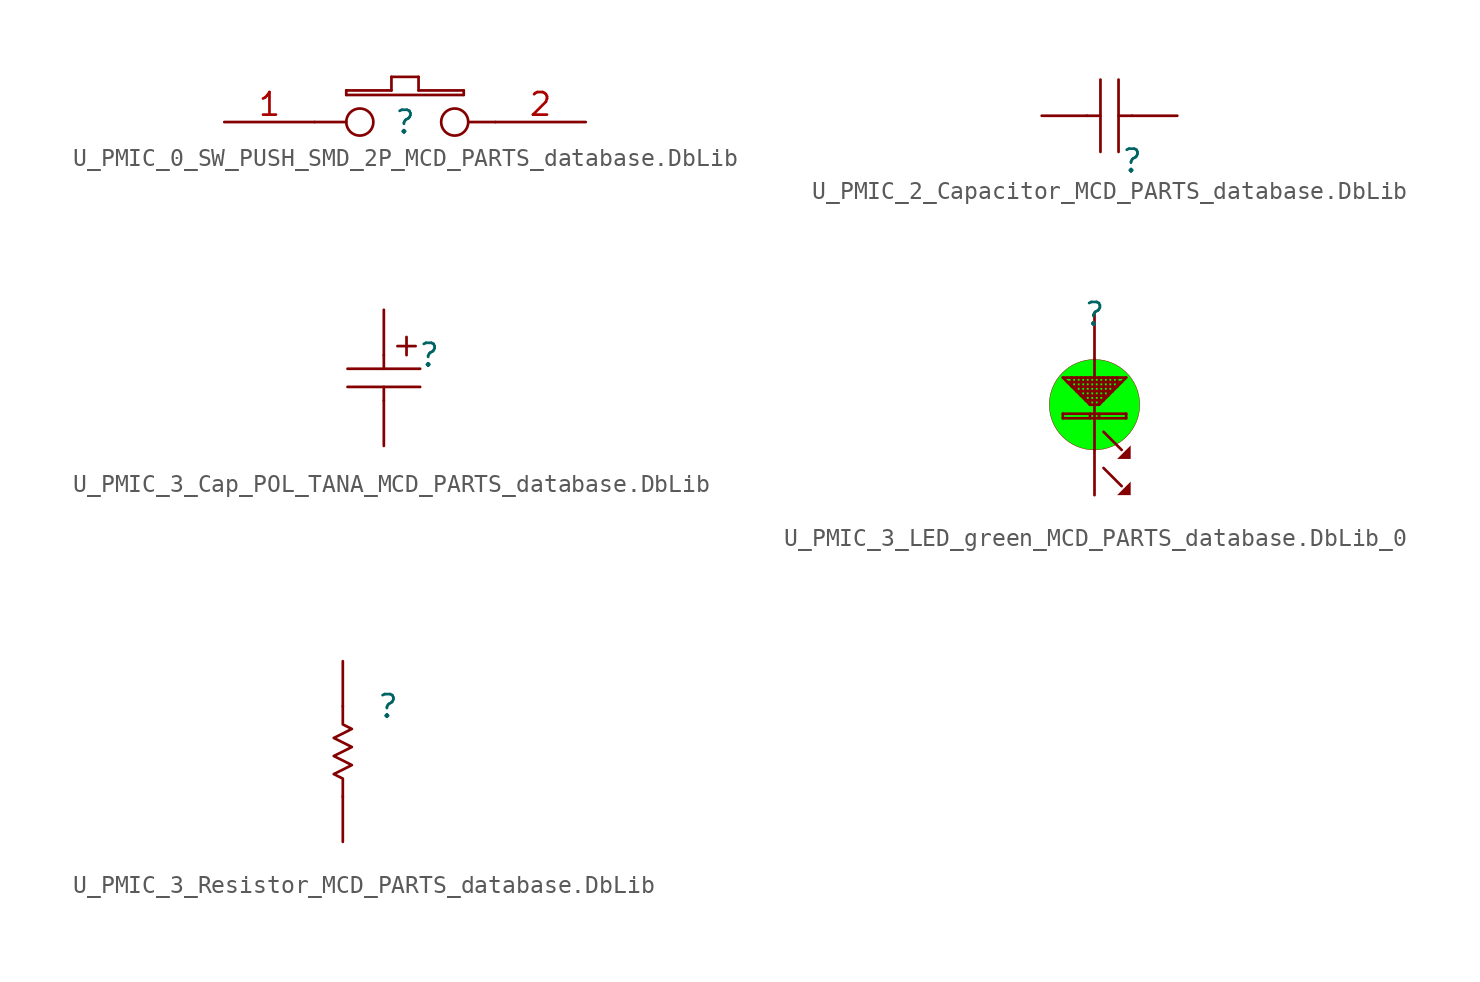
<source format=kicad_sym>
(kicad_symbol_lib
  (version 20241209)
  (generator "kicad_symbol_editor")
  (generator_version "9.0")
  (symbol "U_PMIC_0_SW_PUSH_SMD_2P_MCD_PARTS_database.DbLib"
    (pin_names
      (hide yes))
    (property "Reference" ""
      (at 0 0 0)
      (effects (font (size 1.27 1.27))))
    (property "Value" ""
      (at 0 0 0)
      (effects (font (size 1.27 1.27))))
    (symbol "U_PMIC_0_SW_PUSH_SMD_2P_MCD_PARTS_database.DbLib_1_0"
      (polyline (pts (xy -3.302 1.778) (xy -3.302 1.524)) (stroke (width 0) (type solid)) (fill (type none)))
      (polyline (pts (xy -3.302 1.524) (xy 3.302 1.524)) (stroke (width 0) (type solid)) (fill (type none)))
      (polyline (pts (xy -3.302 0) (xy -5.08 0)) (stroke (width 0) (type solid)) (fill (type none)))
      (circle (center -2.54 0) (radius 0.762) (stroke (width 0) (type solid)) (fill (type none)))
      (polyline (pts (xy -0.762 2.54) (xy -0.762 1.778)) (stroke (width 0) (type solid)) (fill (type none)))
      (polyline (pts (xy -0.762 1.778) (xy -3.302 1.778)) (stroke (width 0) (type solid)) (fill (type none)))
      (polyline (pts (xy 0.762 2.54) (xy -0.762 2.54)) (stroke (width 0) (type solid)) (fill (type none)))
      (polyline (pts (xy 0.762 1.778) (xy 0.762 2.54)) (stroke (width 0) (type solid)) (fill (type none)))
      (circle (center 2.794 0) (radius 0.762) (stroke (width 0) (type solid)) (fill (type none)))
      (polyline (pts (xy 3.302 1.778) (xy 0.762 1.778)) (stroke (width 0) (type solid)) (fill (type none)))
      (polyline (pts (xy 3.302 1.524) (xy 3.302 1.778)) (stroke (width 0) (type solid)) (fill (type none)))
      (polyline (pts (xy 3.556 0) (xy 5.08 0)) (stroke (width 0) (type solid)) (fill (type none)))
      (pin passive line (at -10.16 0 0) (length 5.08) (name "1" (effects (font (size 1.27 1.27)))) (number "1" (effects (font (size 1.27 1.27)))))
      (pin passive line (at 10.16 0 180) (length 5.08) (name "2" (effects (font (size 1.27 1.27)))) (number "2" (effects (font (size 1.27 1.27)))))))
  (symbol "U_PMIC_2_Capacitor_MCD_PARTS_database.DbLib"
    (pin_numbers
      (hide yes))
    (pin_names
      (hide yes))
    (property "Reference" ""
      (at 0 0 0)
      (effects (font (size 1.27 1.27))))
    (property "Value" ""
      (at 0 0 0)
      (effects (font (size 1.27 1.27))))
    (symbol "U_PMIC_2_Capacitor_MCD_PARTS_database.DbLib_1_0"
      (polyline (pts (xy -2.54 2.54) (xy -1.778 2.54)) (stroke (width 0) (type solid)) (fill (type none)))
      (polyline (pts (xy -1.778 0.508) (xy -1.778 4.572)) (stroke (width 0) (type solid)) (fill (type none)))
      (polyline (pts (xy -0.762 4.572) (xy -0.762 0.508)) (stroke (width 0) (type solid)) (fill (type none)))
      (polyline (pts (xy 0 2.54) (xy -0.762 2.54)) (stroke (width 0) (type solid)) (fill (type none)))
      (pin passive line (at -5.08 2.54 0) (length 2.54) (name "2" (effects (font (size 1.27 1.27)))) (number "2" (effects (font (size 1.27 1.27)))))
      (pin passive line (at 2.54 2.54 180) (length 2.54) (name "1" (effects (font (size 1.27 1.27)))) (number "1" (effects (font (size 1.27 1.27)))))))
  (symbol "U_PMIC_3_Cap_POL_TANA_MCD_PARTS_database.DbLib"
    (pin_numbers
      (hide yes))
    (pin_names
      (hide yes))
    (property "Reference" ""
      (at 0 0 0)
      (effects (font (size 1.27 1.27))))
    (property "Value" ""
      (at 0 0 0)
      (effects (font (size 1.27 1.27))))
    (symbol "U_PMIC_3_Cap_POL_TANA_MCD_PARTS_database.DbLib_1_0"
      (polyline (pts (xy -4.572 -0.762) (xy -0.508 -0.762)) (stroke (width 0) (type solid)) (fill (type none)))
      (polyline (pts (xy -4.572 -1.778) (xy -0.508 -1.778)) (stroke (width 0) (type solid)) (fill (type none)))
      (polyline (pts (xy -2.54 0) (xy -2.54 -0.762)) (stroke (width 0) (type solid)) (fill (type none)))
      (polyline (pts (xy -2.54 -2.54) (xy -2.54 -1.778)) (stroke (width 0) (type solid)) (fill (type none)))
      (polyline (pts (xy -1.778 0.508) (xy -0.762 0.508)) (stroke (width 0) (type solid)) (fill (type none)))
      (polyline (pts (xy -1.27 0) (xy -1.27 1.016)) (stroke (width 0) (type solid)) (fill (type none)))
      (pin passive line (at -2.54 2.54 270) (length 2.54) (name "1" (effects (font (size 1.27 1.27)))) (number "1" (effects (font (size 1.27 1.27)))))
      (pin passive line (at -2.54 -5.08 90) (length 2.54) (name "2" (effects (font (size 1.27 1.27)))) (number "2" (effects (font (size 1.27 1.27)))))))
  (symbol "U_PMIC_3_LED_green_MCD_PARTS_database.DbLib_0"
    (pin_numbers
      (hide yes))
    (pin_names
      (hide yes))
    (property "Reference" ""
      (at 0 0 0)
      (effects (font (size 1.27 1.27))))
    (property "Value" ""
      (at 0 0 0)
      (effects (font (size 1.27 1.27))))
    (symbol "U_PMIC_3_LED_green_MCD_PARTS_database.DbLib_0_1_0"
      (polyline (pts (xy -1.778 -5.588) (xy -1.778 -5.842)) (stroke (width 0) (type solid)) (fill (type none)))
      (polyline (pts (xy -1.27 -3.556) (xy -1.27 -4.064)) (stroke (width 0) (type solid)) (fill (type none)))
      (polyline (pts (xy -1.016 -3.556) (xy -1.016 -4.318)) (stroke (width 0) (type solid)) (fill (type none)))
      (polyline (pts (xy -0.762 -3.556) (xy -0.762 -4.572)) (stroke (width 0) (type solid)) (fill (type none)))
      (polyline (pts (xy -0.508 -3.556) (xy -0.508 -4.826)) (stroke (width 0) (type solid)) (fill (type none)))
      (polyline (pts (xy -0.254 -3.556) (xy -0.254 -5.08)) (stroke (width 0) (type solid)) (fill (type none)))
      (polyline (pts (xy -0.254 -5.08) (xy -1.778 -3.556)) (stroke (width 0) (type solid)) (fill (type none)))
      (polyline (pts (xy -0.254 -5.588) (xy -0.254 -5.842)) (stroke (width 0) (type solid)) (fill (type none)))
      (polyline (pts (xy 0 -2.54) (xy 0 -7.62)) (stroke (width 0) (type solid)) (fill (type none)))
      (circle (center 0 -5.08) (radius 2.54) (stroke (width 0.025) (type solid)) (fill (type color) (color 0 255 0 1)))
      (polyline (pts (xy 0.254 -3.556) (xy 0.254 -5.08)) (stroke (width 0) (type solid)) (fill (type none)))
      (polyline (pts (xy 0.254 -5.08) (xy -0.254 -5.08)) (stroke (width 0) (type solid)) (fill (type none)))
      (polyline (pts (xy 0.254 -5.588) (xy 0.254 -5.842)) (stroke (width 0) (type solid)) (fill (type none)))
      (polyline (pts (xy 0.508 -3.556) (xy 0.508 -4.826)) (stroke (width 0) (type solid)) (fill (type none)))
      (polyline (pts (xy 0.508 -4.826) (xy -0.508 -4.826)) (stroke (width 0) (type solid)) (fill (type none)))
      (polyline (pts (xy 0.508 -6.604) (xy 1.524 -7.62)) (stroke (width 0) (type solid)) (fill (type none)))
      (polyline (pts (xy 0.508 -8.636) (xy 1.524 -9.652)) (stroke (width 0) (type solid)) (fill (type none)))
      (polyline (pts (xy 0.762 -3.556) (xy 0.762 -4.572)) (stroke (width 0) (type solid)) (fill (type none)))
      (polyline (pts (xy 0.762 -4.572) (xy -0.762 -4.572)) (stroke (width 0) (type solid)) (fill (type none)))
      (polyline (pts (xy 1.016 -3.556) (xy 1.016 -4.318)) (stroke (width 0) (type solid)) (fill (type none)))
      (polyline (pts (xy 1.016 -4.318) (xy -1.016 -4.318)) (stroke (width 0) (type solid)) (fill (type none)))
      (polyline (pts (xy 1.27 -3.556) (xy 1.27 -4.064)) (stroke (width 0) (type solid)) (fill (type none)))
      (polyline (pts (xy 1.27 -4.064) (xy -1.27 -4.064)) (stroke (width 0) (type solid)) (fill (type none)))
      (polyline (pts (xy 1.524 -3.81) (xy -1.524 -3.81)) (stroke (width 0) (type solid)) (fill (type none)))
      (polyline (pts (xy 1.778 -3.556) (xy -1.778 -3.556)) (stroke (width 0) (type solid)) (fill (type none)))
      (polyline (pts (xy 1.778 -3.556) (xy 0.254 -5.08)) (stroke (width 0) (type solid)) (fill (type none)))
      (polyline (pts (xy 1.778 -5.588) (xy -1.778 -5.588)) (stroke (width 0) (type solid)) (fill (type none)))
      (polyline (pts (xy 1.778 -5.588) (xy 1.778 -5.842)) (stroke (width 0) (type solid)) (fill (type none)))
      (polyline (pts (xy 1.778 -5.842) (xy -1.778 -5.842)) (stroke (width 0) (type solid)) (fill (type none)))
      (polyline (pts (xy 2.032 -7.366) (xy 2.032 -8.128) (xy 1.27 -8.128) (xy 2.032 -7.366)) (stroke (width -0.0001) (type solid)) (fill (type outline)))
      (polyline (pts (xy 2.032 -9.398) (xy 2.032 -10.16) (xy 1.27 -10.16) (xy 2.032 -9.398)) (stroke (width -0.0001) (type solid)) (fill (type outline)))
      (pin passive line (at 0 0 270) (length 2.54) (name "" (effects (font (size 1.27 1.27)))) (number "1" (effects (font (size 1.27 1.27)))))
      (pin passive line (at 0 -10.16 90) (length 2.54) (name "" (effects (font (size 1.27 1.27)))) (number "2" (effects (font (size 1.27 1.27)))))))
  (symbol "U_PMIC_3_Resistor_MCD_PARTS_database.DbLib"
    (pin_numbers
      (hide yes))
    (pin_names
      (hide yes))
    (property "Reference" ""
      (at 0 0 0)
      (effects (font (size 1.27 1.27))))
    (property "Value" ""
      (at 0 0 0)
      (effects (font (size 1.27 1.27))))
    (symbol "U_PMIC_3_Resistor_MCD_PARTS_database.DbLib_1_0"
      (polyline (pts (xy -2.54 -5.08) (xy -2.54 -4.064) (xy -3.048 -3.81) (xy -2.032 -3.302) (xy -3.048 -2.794) (xy -2.032 -2.286) (xy -3.048 -1.778) (xy -2.032 -1.27) (xy -2.54 -1.016) (xy -2.54 0)) (stroke (width 0) (type solid)) (fill (type none)))
      (pin passive line (at -2.54 2.54 270) (length 2.54) (name "1" (effects (font (size 1.27 1.27)))) (number "1" (effects (font (size 1.27 1.27)))))
      (pin passive line (at -2.54 -7.62 90) (length 2.54) (name "2" (effects (font (size 1.27 1.27)))) (number "2" (effects (font (size 1.27 1.27))))))))
</source>
